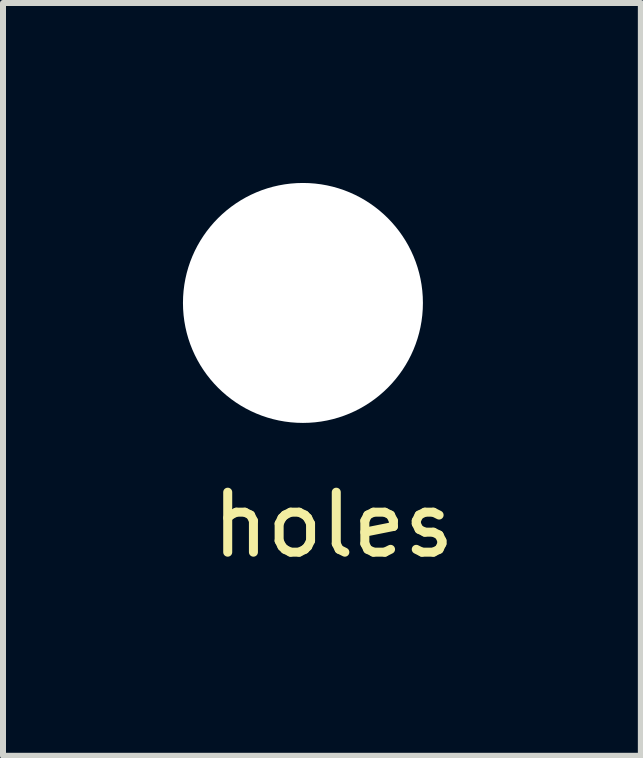
<source format=kicad_pcb>
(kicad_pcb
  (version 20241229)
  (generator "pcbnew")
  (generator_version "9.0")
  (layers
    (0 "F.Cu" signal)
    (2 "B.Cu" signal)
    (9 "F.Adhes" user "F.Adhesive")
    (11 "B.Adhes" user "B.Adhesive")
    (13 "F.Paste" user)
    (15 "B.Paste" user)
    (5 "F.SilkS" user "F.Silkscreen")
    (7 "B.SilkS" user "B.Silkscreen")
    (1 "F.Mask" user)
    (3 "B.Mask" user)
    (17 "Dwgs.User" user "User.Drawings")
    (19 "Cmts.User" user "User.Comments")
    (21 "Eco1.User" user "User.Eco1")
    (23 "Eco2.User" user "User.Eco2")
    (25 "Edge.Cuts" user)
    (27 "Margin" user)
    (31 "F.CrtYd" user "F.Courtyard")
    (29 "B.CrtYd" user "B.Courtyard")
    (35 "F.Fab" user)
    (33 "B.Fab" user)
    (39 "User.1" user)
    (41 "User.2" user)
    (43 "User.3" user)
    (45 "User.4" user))
  (footprint "holes"
    (layer "F.Cu")
    (at 2.508 5.2)
    (property "Reference" "holes" (at 0 0.5 0) (layer "F.SilkS") (effects (font (size 1 1) (thickness 0.15))))
    (attr through_hole)
    (pad "" np_thru_hole circle (at -0.508 -3.2) (size 4 4) (drill 4) (layers "*.Cu" "*.Mask")))
  (gr_rect
    (start -3 -3)
    (end 7.633 9.549)
    (stroke (width 0.1) (type default))
    (fill no)
    (layer "Edge.Cuts")))
</source>
